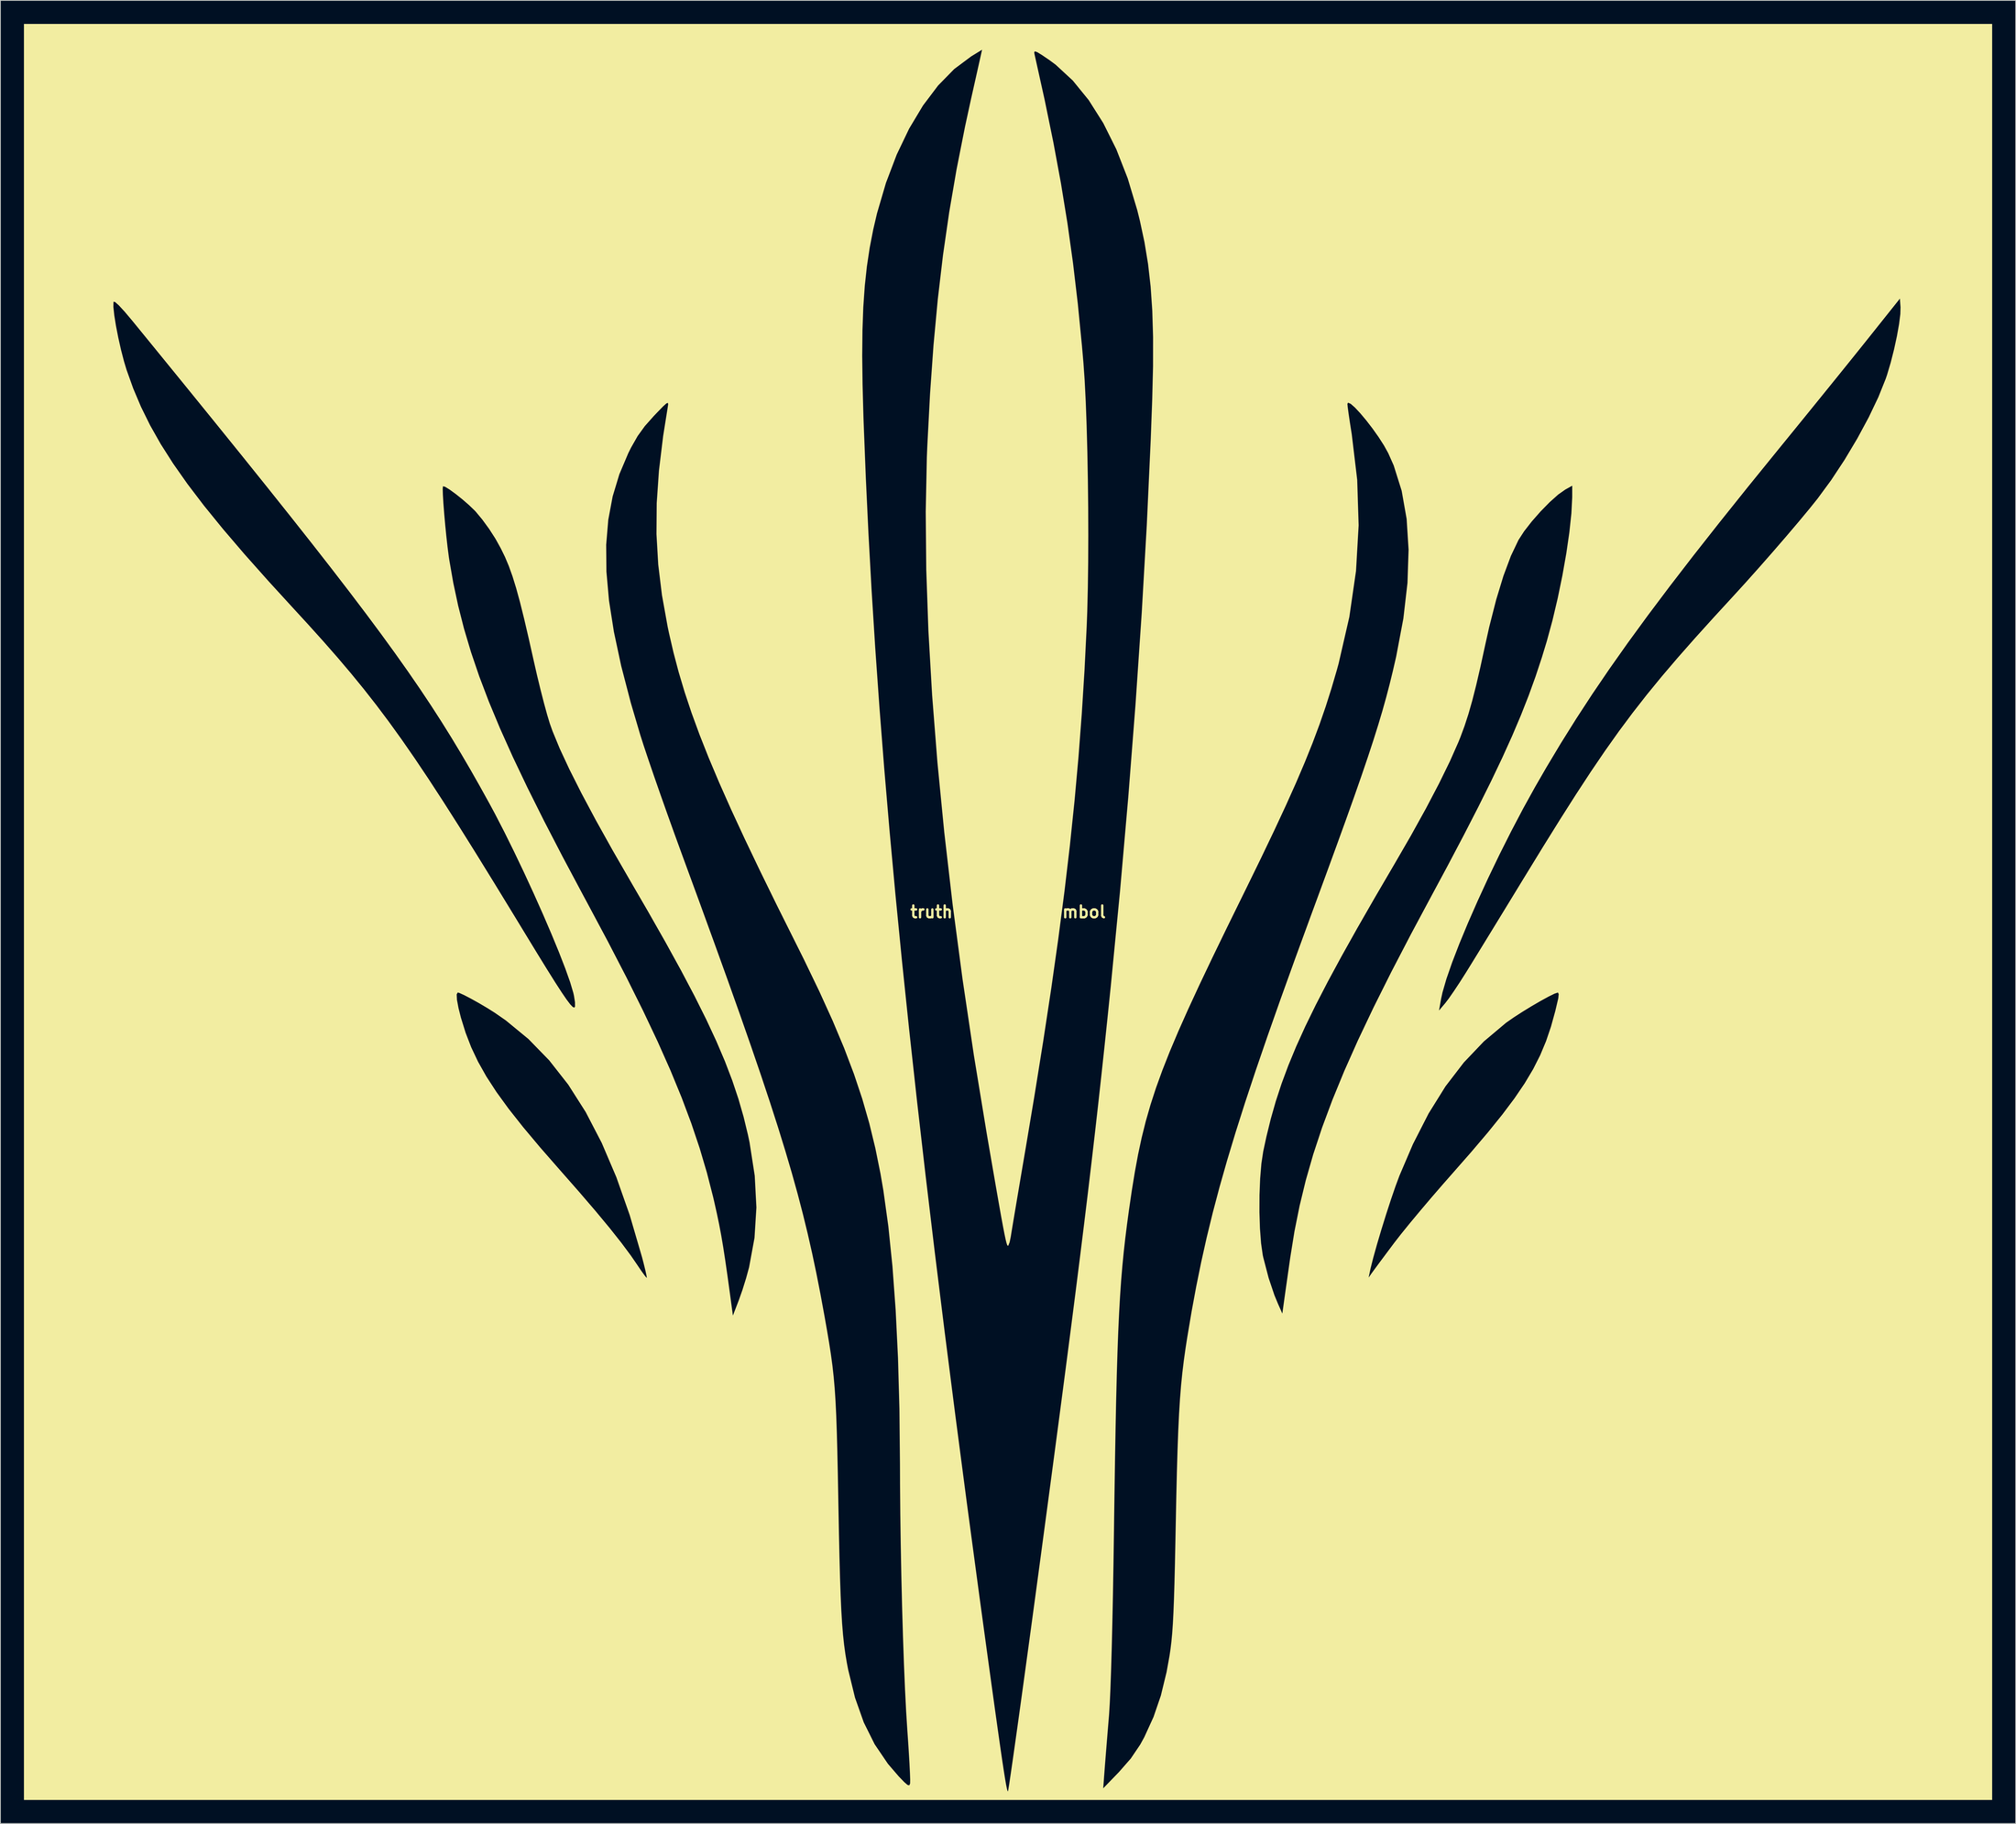
<source format=kicad_pcb>
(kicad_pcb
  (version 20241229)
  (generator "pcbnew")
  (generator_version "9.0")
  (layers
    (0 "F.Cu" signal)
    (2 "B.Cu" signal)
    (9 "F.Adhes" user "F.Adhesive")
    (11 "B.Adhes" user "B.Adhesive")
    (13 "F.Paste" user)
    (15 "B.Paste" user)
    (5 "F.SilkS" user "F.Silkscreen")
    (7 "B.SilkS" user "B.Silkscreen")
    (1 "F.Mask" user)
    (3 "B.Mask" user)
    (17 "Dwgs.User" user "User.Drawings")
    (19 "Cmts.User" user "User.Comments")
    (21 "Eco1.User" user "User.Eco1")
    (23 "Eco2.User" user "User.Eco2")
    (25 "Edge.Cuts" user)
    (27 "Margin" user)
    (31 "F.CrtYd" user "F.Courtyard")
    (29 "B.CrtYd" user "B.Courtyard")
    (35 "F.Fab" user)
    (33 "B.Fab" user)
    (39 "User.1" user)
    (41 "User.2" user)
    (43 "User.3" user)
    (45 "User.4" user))
  (footprint "truth-watcher_symbol"
    (layer "F.Cu")
    (at 125.379 113.219)
    (property "Reference" "truth-watcher_symbol" (at 0 0 0) (layer "F.SilkS") (effects (font (size 1.5 1.5) (thickness 0.3))))
    (attr board_only exclude_from_pos_files exclude_from_bom)
    (fp_poly (pts (xy 125.379 0) (xy 125.379 113.219) (xy 0 113.219) (xy -125.379 113.219) (xy -125.379 10.512) (xy -70.248 10.512) (xy -70.212 11.202) (xy -70.011 12.272) (xy -69.706 13.479) (xy -69.111 15.398) (xy -68.396 17.252) (xy -67.525 19.094) (xy -66.465 20.978) (xy -65.178 22.959) (xy -63.632 25.089) (xy -61.79 27.423) (xy -59.618 30.015) (xy -57.158 32.831) (xy -54.673 35.661) (xy -52.545 38.142) (xy -50.749 40.308) (xy -49.259 42.191) (xy -48.048 43.821) (xy -47.278 44.943) (xy -46.721 45.768) (xy -46.285 46.371) (xy -46.046 46.649) (xy -46.025 46.655) (xy -46.057 46.379) (xy -46.206 45.698) (xy -46.446 44.728) (xy -46.629 44.028) (xy -48.194 38.673) (xy -49.902 33.819) (xy -51.769 29.441) (xy -53.808 25.514) (xy -56.034 22.015) (xy -58.462 18.917) (xy -61.108 16.198) (xy -63.984 13.831) (xy -65.379 12.862) (xy -66.339 12.256) (xy -67.392 11.634) (xy -68.417 11.061) (xy -69.297 10.602) (xy -69.912 10.323) (xy -70.111 10.268) (xy -70.248 10.512) (xy -125.379 10.512) (xy -125.379 0) (xy -125.379 -77.129) (xy -113.983 -77.129) (xy -113.869 -76.07) (xy -113.655 -74.729) (xy -113.362 -73.226) (xy -113.014 -71.679) (xy -112.633 -70.207) (xy -112.306 -69.119) (xy -111.456 -66.741) (xy -110.464 -64.396) (xy -109.305 -62.045) (xy -107.95 -59.648) (xy -106.371 -57.168) (xy -104.543 -54.563) (xy -102.438 -51.797) (xy -100.027 -48.829) (xy -97.285 -45.62) (xy -94.184 -42.132) (xy -91.212 -38.881) (xy -89.138 -36.62) (xy -87.216 -34.484) (xy -85.418 -32.431) (xy -83.715 -30.421) (xy -82.077 -28.414) (xy -80.475 -26.368) (xy -78.879 -24.241) (xy -77.262 -21.995) (xy -75.593 -19.586) (xy -73.844 -16.976) (xy -71.986 -14.122) (xy -69.988 -10.984) (xy -67.823 -7.521) (xy -65.461 -3.692) (xy -62.873 0.543) (xy -61.478 2.837) (xy -59.971 5.31) (xy -58.716 7.348) (xy -57.691 8.983) (xy -56.874 10.245) (xy -56.245 11.167) (xy -55.782 11.779) (xy -55.463 12.112) (xy -55.266 12.2) (xy -55.171 12.072) (xy -55.168 12.055) (xy -55.174 11.506) (xy -55.301 10.69) (xy -55.387 10.308) (xy -55.787 8.966) (xy -56.406 7.22) (xy -57.212 5.142) (xy -58.173 2.808) (xy -59.255 0.289) (xy -60.427 -2.34) (xy -61.655 -5.006) (xy -62.908 -7.634) (xy -64.152 -10.153) (xy -65.355 -12.488) (xy -66.079 -13.833) (xy -67.282 -16.005) (xy -68.475 -18.108) (xy -69.678 -20.167) (xy -70.907 -22.208) (xy -72.181 -24.253) (xy -73.519 -26.329) (xy -74.939 -28.46) (xy -76.459 -30.67) (xy -78.097 -32.985) (xy -79.871 -35.428) (xy -81.8 -38.025) (xy -83.902 -40.8) (xy -86.195 -43.779) (xy -88.697 -46.984) (xy -91.428 -50.442) (xy -94.222 -53.949) (xy -72.026 -53.949) (xy -72.004 -53.193) (xy -71.938 -52.105) (xy -71.837 -50.79) (xy -71.709 -49.35) (xy -71.563 -47.888) (xy -71.408 -46.507) (xy -71.253 -45.31) (xy -71.192 -44.902) (xy -70.679 -41.956) (xy -70.057 -39.04) (xy -69.311 -36.111) (xy -68.422 -33.127) (xy -67.374 -30.044) (xy -66.149 -26.82) (xy -64.729 -23.411) (xy -63.099 -19.775) (xy -61.239 -15.868) (xy -59.134 -11.649) (xy -56.766 -7.073) (xy -54.117 -2.098) (xy -53.641 -1.216) (xy -50.981 3.77) (xy -48.607 8.357) (xy -46.501 12.594) (xy -44.642 16.525) (xy -43.011 20.198) (xy -41.588 23.66) (xy -40.353 26.957) (xy -39.286 30.136) (xy -38.368 33.244) (xy -37.578 36.327) (xy -37.422 36.998) (xy -37.093 38.468) (xy -36.807 39.841) (xy -36.546 41.222) (xy -36.293 42.714) (xy -36.029 44.424) (xy -35.737 46.455) (xy -35.399 48.913) (xy -35.383 49.037) (xy -35.055 51.462) (xy -34.293 49.48) (xy -33.835 48.179) (xy -33.367 46.675) (xy -32.991 45.298) (xy -32.301 41.545) (xy -32.061 37.678) (xy -32.272 33.641) (xy -32.934 29.376) (xy -33.138 28.413) (xy -33.692 26.125) (xy -34.352 23.83) (xy -35.137 21.485) (xy -36.07 19.043) (xy -37.17 16.461) (xy -38.457 13.694) (xy -39.953 10.698) (xy -41.678 7.427) (xy -43.653 3.838) (xy -45.898 -0.114) (xy -47.949 -3.648) (xy -50.377 -7.858) (xy -52.514 -11.693) (xy -54.353 -15.141) (xy -55.89 -18.191) (xy -57.12 -20.834) (xy -58.036 -23.058) (xy -58.38 -24.025) (xy -58.712 -25.12) (xy -59.119 -26.605) (xy -59.564 -28.343) (xy -60.013 -30.193) (xy -60.396 -31.873) (xy -61.066 -34.861) (xy -61.654 -37.382) (xy -62.181 -39.502) (xy -62.669 -41.286) (xy -63.136 -42.796) (xy -63.603 -44.1) (xy -64.091 -45.26) (xy -64.62 -46.342) (xy -64.881 -46.815) (xy -51.199 -46.815) (xy -51.169 -43.398) (xy -50.842 -39.711) (xy -50.216 -35.716) (xy -49.29 -31.378) (xy -48.062 -26.659) (xy -46.854 -22.563) (xy -46.419 -21.203) (xy -45.825 -19.426) (xy -45.105 -17.321) (xy -44.288 -14.977) (xy -43.406 -12.484) (xy -42.49 -9.93) (xy -41.571 -7.405) (xy -41.432 -7.026) (xy -39.348 -1.341) (xy -37.45 3.878) (xy -35.725 8.666) (xy -34.162 13.062) (xy -32.75 17.103) (xy -31.477 20.824) (xy -30.333 24.264) (xy -29.305 27.459) (xy -28.383 30.446) (xy -27.554 33.261) (xy -26.808 35.943) (xy -26.134 38.528) (xy -25.519 41.053) (xy -24.952 43.554) (xy -24.422 46.069) (xy -23.918 48.634) (xy -23.429 51.288) (xy -23.379 51.561) (xy -23.062 53.363) (xy -22.791 54.971) (xy -22.563 56.449) (xy -22.372 57.864) (xy -22.215 59.281) (xy -22.085 60.764) (xy -21.979 62.379) (xy -21.891 64.192) (xy -21.817 66.266) (xy -21.752 68.668) (xy -21.691 71.463) (xy -21.63 74.716) (xy -21.613 75.66) (xy -21.546 79.211) (xy -21.478 82.275) (xy -21.407 84.907) (xy -21.329 87.161) (xy -21.241 89.09) (xy -21.139 90.747) (xy -21.021 92.188) (xy -20.883 93.466) (xy -20.722 94.635) (xy -20.535 95.748) (xy -20.372 96.601) (xy -19.497 100.18) (xy -18.383 103.329) (xy -16.996 106.116) (xy -15.304 108.612) (xy -13.929 110.212) (xy -13.229 110.938) (xy -12.808 111.304) (xy -12.587 111.357) (xy -12.488 111.143) (xy -12.476 111.072) (xy -12.469 110.639) (xy -12.5 109.752) (xy -12.563 108.498) (xy -12.654 106.963) (xy -12.768 105.231) (xy -12.831 104.351) (xy -12.983 101.953) (xy -13.128 99.094) (xy -13.264 95.853) (xy -13.388 92.312) (xy -13.499 88.548) (xy -13.594 84.643) (xy -13.671 80.676) (xy -13.728 76.725) (xy -13.762 72.872) (xy -13.771 70.39) (xy -13.839 63.38) (xy -14.022 56.833) (xy -14.319 50.761) (xy -14.728 45.176) (xy -15.25 40.09) (xy -15.884 35.515) (xy -16.251 33.371) (xy -16.909 30.116) (xy -17.674 26.961) (xy -18.573 23.833) (xy -19.633 20.659) (xy -20.88 17.366) (xy -22.341 13.881) (xy -24.044 10.13) (xy -26.014 6.041) (xy -27.005 4.053) (xy -29.439 -0.826) (xy -31.619 -5.28) (xy -33.563 -9.349) (xy -35.287 -13.075) (xy -36.808 -16.501) (xy -38.144 -19.667) (xy -39.31 -22.616) (xy -40.324 -25.389) (xy -41.203 -28.028) (xy -41.964 -30.576) (xy -42.623 -33.072) (xy -43.198 -35.56) (xy -43.367 -36.36) (xy -44.094 -40.399) (xy -44.569 -44.301) (xy -44.791 -48.174) (xy -44.761 -52.124) (xy -44.477 -56.258) (xy -43.941 -60.682) (xy -43.363 -64.311) (xy -43.303 -64.72) (xy -43.339 -64.905) (xy -43.532 -64.831) (xy -43.944 -64.459) (xy -44.634 -63.751) (xy -45.132 -63.23) (xy -46.279 -61.938) (xy -47.193 -60.671) (xy -48.03 -59.2) (xy -48.379 -58.501) (xy -49.522 -55.803) (xy -50.374 -52.98) (xy -50.933 -49.996) (xy -51.199 -46.815) (xy -64.881 -46.815) (xy -65.21 -47.41) (xy -65.354 -47.657) (xy -66.114 -48.837) (xy -66.99 -50.037) (xy -67.814 -51.029) (xy -67.959 -51.183) (xy -68.683 -51.88) (xy -69.523 -52.609) (xy -70.378 -53.292) (xy -71.143 -53.849) (xy -71.716 -54.203) (xy -71.993 -54.273) (xy -71.995 -54.271) (xy -72.026 -53.949) (xy -94.222 -53.949) (xy -94.404 -54.177) (xy -97.644 -58.214) (xy -101.167 -62.577) (xy -104.99 -67.291) (xy -107.925 -70.898) (xy -18.58 -70.898) (xy -18.536 -67.231) (xy -18.423 -63.106) (xy -18.399 -62.419) (xy -18.121 -55.369) (xy -17.784 -48.238) (xy -17.384 -41) (xy -16.919 -33.627) (xy -16.385 -26.091) (xy -15.781 -18.365) (xy -15.103 -10.422) (xy -14.349 -2.233) (xy -13.516 6.229) (xy -12.601 14.99) (xy -11.602 24.08) (xy -10.515 33.524) (xy -9.339 43.352) (xy -8.069 53.589) (xy -6.704 64.265) (xy -5.242 75.405) (xy -3.678 87.039) (xy -3.092 91.332) (xy -2.552 95.275) (xy -2.078 98.714) (xy -1.667 101.679) (xy -1.313 104.2) (xy -1.013 106.31) (xy -0.762 108.039) (xy -0.554 109.417) (xy -0.386 110.476) (xy -0.253 111.247) (xy -0.151 111.76) (xy -0.074 112.047) (xy -0.019 112.138) (xy -0.018 112.138) (xy 0.038 111.876) (xy 0.061 111.733) (xy 12.124 111.733) (xy 14.131 109.658) (xy 15.641 107.932) (xy 16.836 106.162) (xy 17.364 105.199) (xy 18.538 102.626) (xy 19.468 99.911) (xy 20.198 96.909) (xy 20.569 94.85) (xy 20.701 93.959) (xy 20.814 93.019) (xy 20.912 91.975) (xy 20.997 90.767) (xy 21.071 89.339) (xy 21.138 87.634) (xy 21.201 85.593) (xy 21.261 83.16) (xy 21.322 80.278) (xy 21.359 78.362) (xy 21.434 74.653) (xy 21.51 71.424) (xy 21.592 68.614) (xy 21.682 66.163) (xy 21.785 64.009) (xy 21.905 62.093) (xy 22.044 60.354) (xy 22.208 58.73) (xy 22.399 57.162) (xy 22.621 55.588) (xy 22.841 54.178) (xy 23.388 50.928) (xy 23.973 47.765) (xy 24.608 44.644) (xy 25.305 41.52) (xy 26.079 38.349) (xy 26.099 38.273) (xy 32.027 38.273) (xy 32.094 40.368) (xy 32.236 42.244) (xy 32.452 43.759) (xy 32.514 44.045) (xy 33.198 46.668) (xy 33.94 48.873) (xy 34.403 49.989) (xy 34.946 51.205) (xy 35.17 49.584) (xy 35.292 48.711) (xy 35.47 47.455) (xy 35.59 46.612) (xy 45.94 46.612) (xy 46.411 45.947) (xy 46.741 45.493) (xy 47.323 44.706) (xy 48.082 43.686) (xy 48.944 42.532) (xy 49.22 42.164) (xy 50.062 41.08) (xy 51.186 39.693) (xy 52.511 38.1) (xy 53.953 36.399) (xy 55.433 34.687) (xy 56.471 33.506) (xy 58.98 30.646) (xy 61.135 28.107) (xy 62.97 25.832) (xy 64.52 23.767) (xy 65.818 21.855) (xy 66.899 20.041) (xy 67.795 18.268) (xy 68.541 16.481) (xy 69.171 14.623) (xy 69.719 12.639) (xy 70.101 11.011) (xy 70.156 10.481) (xy 70.058 10.273) (xy 69.628 10.416) (xy 68.854 10.797) (xy 67.841 11.352) (xy 66.695 12.019) (xy 65.522 12.738) (xy 64.428 13.446) (xy 63.518 14.081) (xy 63.418 14.155) (xy 60.624 16.506) (xy 58.073 19.186) (xy 55.734 22.235) (xy 53.581 25.694) (xy 51.584 29.605) (xy 49.865 33.623) (xy 49.361 34.981) (xy 48.781 36.67) (xy 48.167 38.557) (xy 47.56 40.511) (xy 47 42.398) (xy 46.529 44.087) (xy 46.187 45.444) (xy 46.109 45.801) (xy 45.94 46.612) (xy 35.59 46.612) (xy 35.681 45.971) (xy 35.903 44.41) (xy 35.956 44.045) (xy 36.49 40.728) (xy 37.145 37.462) (xy 37.936 34.201) (xy 38.883 30.899) (xy 40.003 27.511) (xy 41.313 23.991) (xy 42.83 20.294) (xy 44.574 16.375) (xy 46.382 12.565) (xy 54.906 12.565) (xy 55.707 11.619) (xy 56.162 11.02) (xy 56.81 10.086) (xy 57.566 8.944) (xy 58.344 7.72) (xy 58.356 7.701) (xy 58.923 6.783) (xy 59.727 5.477) (xy 60.722 3.855) (xy 61.863 1.992) (xy 63.105 -0.039) (xy 64.403 -2.166) (xy 65.713 -4.314) (xy 65.729 -4.339) (xy 68.146 -8.285) (xy 70.344 -11.818) (xy 72.365 -14.999) (xy 74.255 -17.887) (xy 76.058 -20.542) (xy 77.818 -23.023) (xy 79.579 -25.389) (xy 81.385 -27.701) (xy 83.28 -30.018) (xy 85.309 -32.399) (xy 87.516 -34.905) (xy 89.944 -37.593) (xy 92.288 -40.146) (xy 93.915 -41.93) (xy 95.656 -43.88) (xy 97.429 -45.899) (xy 99.152 -47.893) (xy 100.744 -49.769) (xy 102.123 -51.432) (xy 103.133 -52.691) (xy 104.871 -55.057) (xy 106.581 -57.652) (xy 108.197 -60.361) (xy 109.653 -63.063) (xy 110.882 -65.641) (xy 111.818 -67.976) (xy 111.99 -68.481) (xy 112.453 -70.038) (xy 112.879 -71.72) (xy 113.243 -73.399) (xy 113.519 -74.946) (xy 113.681 -76.231) (xy 113.706 -77.104) (xy 113.624 -78.196) (xy 109.546 -73.077) (xy 108.437 -71.691) (xy 107.052 -69.968) (xy 105.46 -67.993) (xy 103.725 -65.848) (xy 101.917 -63.616) (xy 100.1 -61.379) (xy 98.344 -59.221) (xy 98.192 -59.035) (xy 94.236 -54.155) (xy 90.619 -49.631) (xy 87.311 -45.425) (xy 84.285 -41.495) (xy 81.511 -37.802) (xy 78.961 -34.307) (xy 76.607 -30.97) (xy 74.419 -27.751) (xy 72.37 -24.609) (xy 70.429 -21.506) (xy 68.57 -18.402) (xy 67.14 -15.923) (xy 65.619 -13.17) (xy 64.1 -10.279) (xy 62.609 -7.313) (xy 61.176 -4.334) (xy 59.829 -1.406) (xy 58.594 1.407) (xy 57.501 4.043) (xy 56.578 6.438) (xy 55.851 8.529) (xy 55.351 10.253) (xy 55.171 11.079) (xy 54.906 12.565) (xy 46.382 12.565) (xy 46.561 12.188) (xy 48.809 7.687) (xy 51.336 2.827) (xy 53.643 -1.486) (xy 55.983 -5.844) (xy 58.062 -9.79) (xy 59.904 -13.374) (xy 61.53 -16.645) (xy 62.962 -19.652) (xy 64.224 -22.443) (xy 65.337 -25.07) (xy 66.325 -27.579) (xy 67.208 -30.022) (xy 68.009 -32.446) (xy 68.638 -34.51) (xy 69.361 -37.17) (xy 70.03 -40.001) (xy 70.625 -42.893) (xy 71.127 -45.732) (xy 71.515 -48.409) (xy 71.771 -50.811) (xy 71.875 -52.826) (xy 71.877 -53.043) (xy 71.877 -54.343) (xy 70.998 -53.855) (xy 70.096 -53.219) (xy 69.009 -52.249) (xy 67.849 -51.066) (xy 66.726 -49.788) (xy 65.75 -48.534) (xy 65.033 -47.426) (xy 65.028 -47.417) (xy 64.064 -45.391) (xy 63.116 -42.852) (xy 62.194 -39.827) (xy 61.305 -36.344) (xy 60.792 -34.047) (xy 60.185 -31.257) (xy 59.641 -28.914) (xy 59.138 -26.931) (xy 58.651 -25.223) (xy 58.156 -23.703) (xy 57.631 -22.284) (xy 57.38 -21.663) (xy 56.296 -19.211) (xy 54.909 -16.374) (xy 53.244 -13.197) (xy 51.323 -9.725) (xy 49.294 -6.215) (xy 46.757 -1.875) (xy 44.499 2.058) (xy 42.501 5.629) (xy 40.742 8.881) (xy 39.204 11.857) (xy 37.865 14.602) (xy 36.706 17.16) (xy 35.708 19.573) (xy 34.849 21.885) (xy 34.11 24.14) (xy 33.472 26.383) (xy 32.914 28.655) (xy 32.51 30.534) (xy 32.276 32.089) (xy 32.118 33.992) (xy 32.035 36.1) (xy 32.027 38.273) (xy 26.099 38.273) (xy 26.942 35.086) (xy 27.908 31.687) (xy 28.989 28.107) (xy 30.198 24.301) (xy 31.549 20.226) (xy 33.056 15.836) (xy 34.73 11.086) (xy 36.585 5.933) (xy 38.634 0.332) (xy 38.906 -0.405) (xy 40.457 -4.623) (xy 41.83 -8.381) (xy 43.04 -11.725) (xy 44.101 -14.701) (xy 45.027 -17.353) (xy 45.835 -19.728) (xy 46.539 -21.87) (xy 47.153 -23.824) (xy 47.694 -25.637) (xy 48.174 -27.353) (xy 48.61 -29.018) (xy 49.016 -30.678) (xy 49.407 -32.376) (xy 49.454 -32.588) (xy 50.365 -37.411) (xy 50.889 -41.951) (xy 51.028 -46.19) (xy 50.781 -50.111) (xy 50.149 -53.695) (xy 49.134 -56.925) (xy 48.433 -58.501) (xy 47.892 -59.478) (xy 47.208 -60.544) (xy 46.439 -61.629) (xy 45.642 -62.664) (xy 44.875 -63.58) (xy 44.194 -64.309) (xy 43.657 -64.782) (xy 43.32 -64.929) (xy 43.234 -64.775) (xy 43.276 -64.346) (xy 43.39 -63.502) (xy 43.559 -62.361) (xy 43.767 -61.042) (xy 43.788 -60.911) (xy 44.483 -55.092) (xy 44.665 -49.295) (xy 44.332 -43.482) (xy 43.482 -37.614) (xy 42.112 -31.652) (xy 41.878 -30.804) (xy 41.193 -28.467) (xy 40.468 -26.184) (xy 39.678 -23.898) (xy 38.8 -21.55) (xy 37.808 -19.084) (xy 36.681 -16.442) (xy 35.392 -13.566) (xy 33.919 -10.398) (xy 32.238 -6.882) (xy 30.324 -2.96) (xy 29.984 -2.269) (xy 27.891 1.994) (xy 26.033 5.827) (xy 24.392 9.277) (xy 22.952 12.391) (xy 21.694 15.216) (xy 20.602 17.801) (xy 19.659 20.192) (xy 18.847 22.436) (xy 18.149 24.583) (xy 17.548 26.678) (xy 17.027 28.769) (xy 16.569 30.904) (xy 16.157 33.131) (xy 15.772 35.496) (xy 15.405 38.004) (xy 15.159 39.814) (xy 14.938 41.576) (xy 14.741 43.332) (xy 14.566 45.125) (xy 14.409 46.997) (xy 14.271 48.991) (xy 14.148 51.148) (xy 14.038 53.511) (xy 13.941 56.122) (xy 13.853 59.024) (xy 13.772 62.259) (xy 13.698 65.868) (xy 13.627 69.895) (xy 13.557 74.382) (xy 13.494 78.902) (xy 13.432 83.104) (xy 13.364 87.01) (xy 13.29 90.585) (xy 13.212 93.796) (xy 13.13 96.61) (xy 13.045 98.991) (xy 12.959 100.907) (xy 12.871 102.323) (xy 12.853 102.546) (xy 12.709 104.279) (xy 12.567 106.024) (xy 12.438 107.625) (xy 12.335 108.926) (xy 12.296 109.436) (xy 12.124 111.733) (xy 0.061 111.733) (xy 0.16 111.112) (xy 0.344 109.88) (xy 0.585 108.215) (xy 0.878 106.15) (xy 1.22 103.719) (xy 1.604 100.957) (xy 2.026 97.897) (xy 2.481 94.573) (xy 2.966 91.02) (xy 3.474 87.271) (xy 4.001 83.36) (xy 4.138 82.347) (xy 5.043 75.596) (xy 5.877 69.337) (xy 6.646 63.529) (xy 7.355 58.128) (xy 8.009 53.093) (xy 8.613 48.38) (xy 9.173 43.947) (xy 9.693 39.752) (xy 10.18 35.752) (xy 10.637 31.905) (xy 11.071 28.168) (xy 11.487 24.498) (xy 11.889 20.854) (xy 12.284 17.192) (xy 12.675 13.471) (xy 13.069 9.647) (xy 13.089 9.457) (xy 14.266 -2.648) (xy 15.318 -14.655) (xy 16.241 -26.486) (xy 17.028 -38.065) (xy 17.675 -49.316) (xy 18.176 -60.163) (xy 18.369 -65.391) (xy 18.472 -69.569) (xy 18.476 -73.298) (xy 18.376 -76.661) (xy 18.165 -79.741) (xy 17.836 -82.623) (xy 17.382 -85.389) (xy 16.797 -88.124) (xy 16.456 -89.494) (xy 15.244 -93.529) (xy 13.795 -97.235) (xy 12.131 -100.574) (xy 10.274 -103.509) (xy 8.245 -106.003) (xy 6.065 -108.02) (xy 5.269 -108.608) (xy 4.313 -109.257) (xy 3.721 -109.619) (xy 3.419 -109.723) (xy 3.334 -109.599) (xy 3.365 -109.392) (xy 4.66 -103.553) (xy 5.778 -98.093) (xy 6.741 -92.888) (xy 7.566 -87.816) (xy 8.274 -82.751) (xy 8.885 -77.57) (xy 9.418 -72.149) (xy 9.606 -69.985) (xy 9.763 -67.734) (xy 9.899 -65.035) (xy 10.012 -61.978) (xy 10.103 -58.657) (xy 10.168 -55.162) (xy 10.209 -51.586) (xy 10.222 -48.02) (xy 10.208 -44.555) (xy 10.164 -41.283) (xy 10.09 -38.296) (xy 10.022 -36.465) (xy 9.742 -30.827) (xy 9.394 -25.273) (xy 8.973 -19.741) (xy 8.471 -14.169) (xy 7.88 -8.497) (xy 7.193 -2.662) (xy 6.404 3.398) (xy 5.505 9.742) (xy 4.488 16.434) (xy 3.348 23.534) (xy 2.266 29.994) (xy 1.867 32.339) (xy 1.492 34.552) (xy 1.151 36.568) (xy 0.856 38.322) (xy 0.617 39.75) (xy 0.446 40.785) (xy 0.353 41.365) (xy 0.345 41.417) (xy 0.204 42.105) (xy 0.041 42.52) (xy 0.006 42.555) (xy -0.052 42.55) (xy -0.119 42.44) (xy -0.204 42.184) (xy -0.313 41.742) (xy -0.454 41.072) (xy -0.635 40.135) (xy -0.865 38.89) (xy -1.149 37.296) (xy -1.497 35.312) (xy -1.915 32.899) (xy -2.412 30.016) (xy -2.716 28.249) (xy -4.351 18.294) (xy -5.8 8.553) (xy -7.059 -0.941) (xy -8.126 -10.159) (xy -8.998 -19.069) (xy -9.673 -27.642) (xy -10.148 -35.847) (xy -10.421 -43.653) (xy -10.488 -51.029) (xy -10.347 -57.946) (xy -10.286 -59.447) (xy -9.937 -66.077) (xy -9.496 -72.271) (xy -8.95 -78.128) (xy -8.287 -83.748) (xy -7.494 -89.229) (xy -6.56 -94.671) (xy -5.471 -100.171) (xy -4.72 -103.627) (xy -4.381 -105.137) (xy -4.064 -106.551) (xy -3.797 -107.744) (xy -3.608 -108.588) (xy -3.56 -108.805) (xy -3.311 -109.93) (xy -4.695 -109.08) (xy -6.858 -107.466) (xy -8.914 -105.363) (xy -10.837 -102.815) (xy -12.602 -99.866) (xy -14.183 -96.563) (xy -15.556 -92.95) (xy -16.694 -89.071) (xy -17.176 -87.009) (xy -17.625 -84.69) (xy -17.983 -82.313) (xy -18.254 -79.813) (xy -18.442 -77.122) (xy -18.549 -74.172) (xy -18.58 -70.898) (xy -107.925 -70.898) (xy -109.132 -72.381) (xy -111.58 -75.383) (xy -112.549 -76.534) (xy -113.29 -77.339) (xy -113.774 -77.768) (xy -113.971 -77.791) (xy -113.972 -77.788) (xy -113.983 -77.129) (xy -125.379 -77.129) (xy -125.379 -113.219) (xy 0 -113.219) (xy 125.379 -113.219)) (stroke (width 0) (type solid)) (fill yes) (layer "F.SilkS")))
  (gr_rect
    (start -3 -3)
    (end 253.757 229.438)
    (stroke (width 0.1) (type default))
    (fill no)
    (layer "Edge.Cuts")))
</source>
